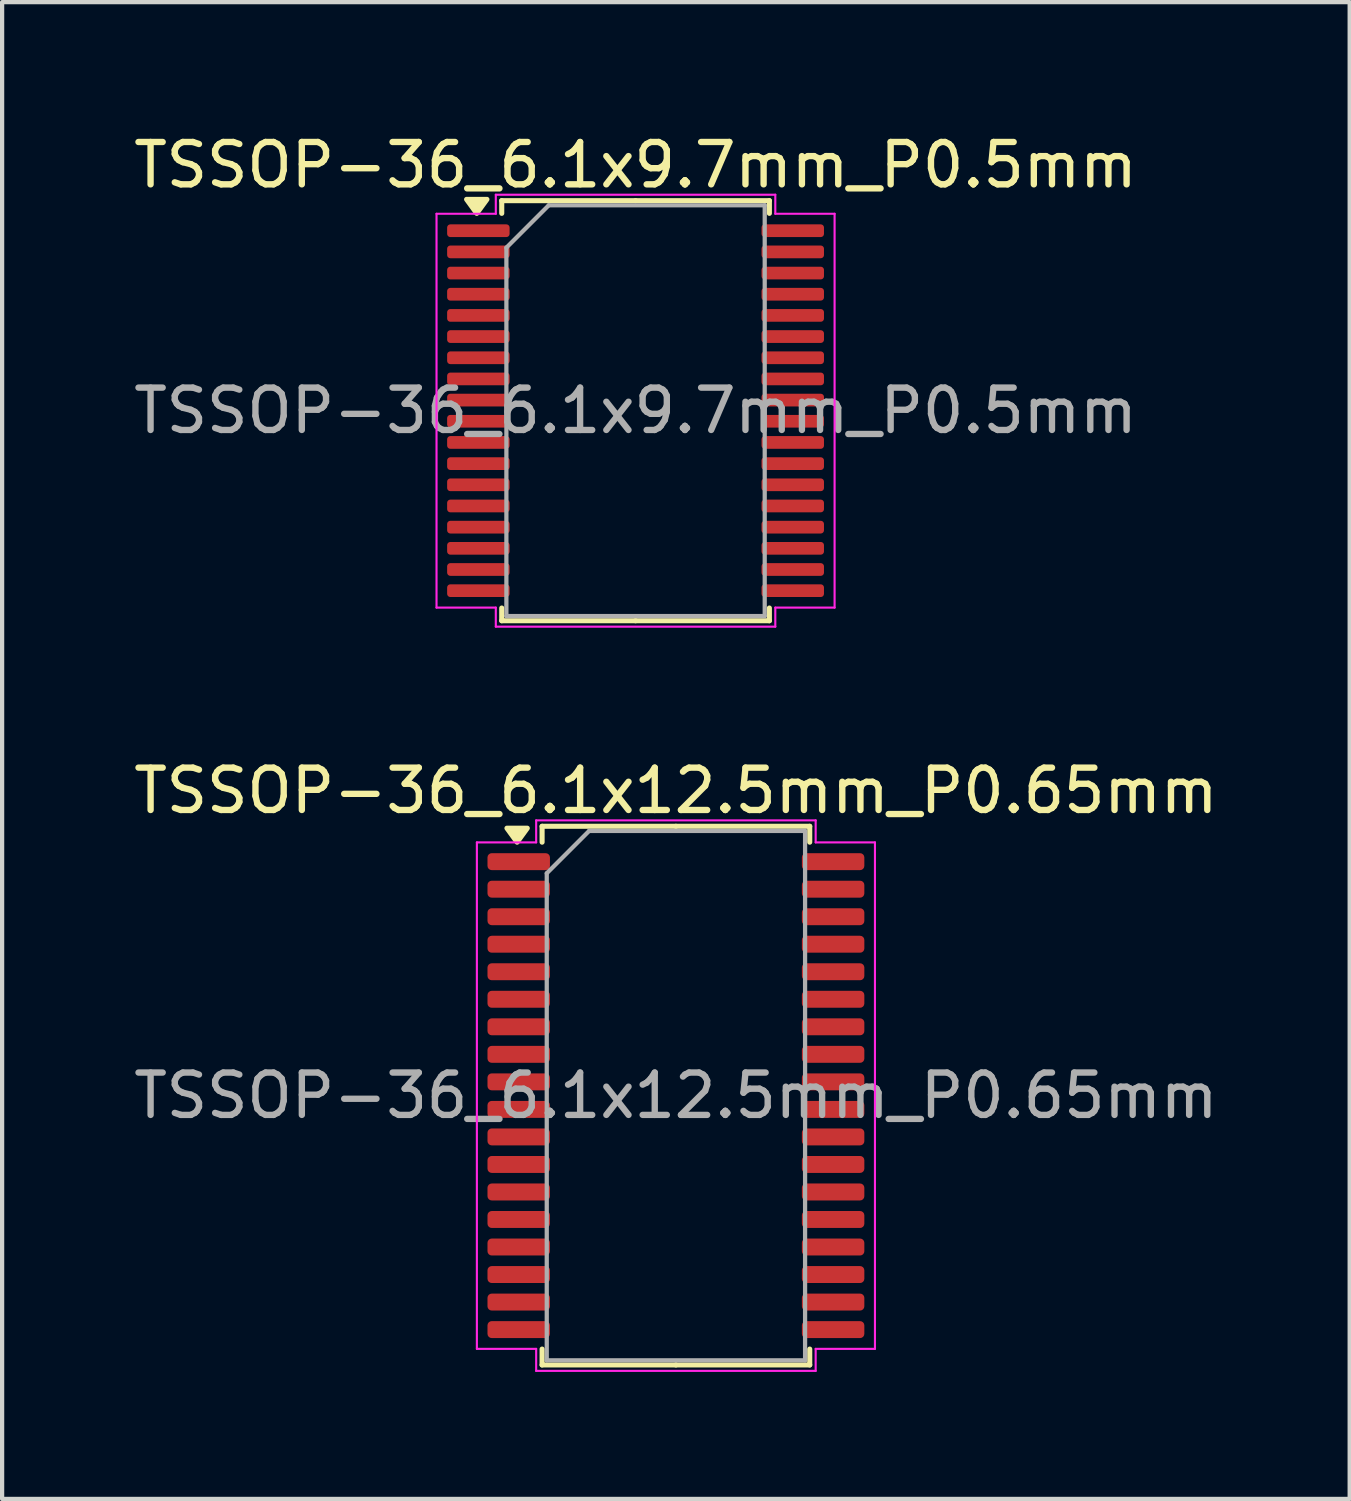
<source format=kicad_pcb>
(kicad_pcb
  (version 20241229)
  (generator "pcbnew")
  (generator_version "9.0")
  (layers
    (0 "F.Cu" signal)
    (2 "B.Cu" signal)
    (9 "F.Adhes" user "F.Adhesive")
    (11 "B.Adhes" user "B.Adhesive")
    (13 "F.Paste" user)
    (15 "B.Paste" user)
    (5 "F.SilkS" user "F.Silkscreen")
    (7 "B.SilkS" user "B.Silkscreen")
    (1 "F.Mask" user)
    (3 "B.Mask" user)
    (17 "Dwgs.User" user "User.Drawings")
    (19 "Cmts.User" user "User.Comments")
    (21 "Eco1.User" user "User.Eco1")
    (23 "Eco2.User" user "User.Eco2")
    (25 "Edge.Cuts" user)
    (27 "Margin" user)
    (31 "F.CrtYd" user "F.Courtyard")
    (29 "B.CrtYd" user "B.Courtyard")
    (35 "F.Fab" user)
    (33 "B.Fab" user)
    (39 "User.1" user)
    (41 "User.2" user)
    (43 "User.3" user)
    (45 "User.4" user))
  (footprint "TSSOP-36_6.1x9.7mm_P0.5mm"
    (layer "F.Cu")
    (at 11.958 6.648)
    (property "Reference" "TSSOP-36_6.1x9.7mm_P0.5mm" (at 0 -5.8 0) (layer "F.SilkS") (effects (font (size 1 1) (thickness 0.15))))
    (attr smd)
    (fp_line (start -3.16 -4.96) (end -3.16 -4.66) (stroke (width 0.12) (type solid)) (layer "F.SilkS"))
    (fp_line (start -3.16 4.96) (end -3.16 4.66) (stroke (width 0.12) (type solid)) (layer "F.SilkS"))
    (fp_line (start 0 -4.96) (end -3.16 -4.96) (stroke (width 0.12) (type solid)) (layer "F.SilkS"))
    (fp_line (start 0 -4.96) (end 3.16 -4.96) (stroke (width 0.12) (type solid)) (layer "F.SilkS"))
    (fp_line (start 0 4.96) (end -3.16 4.96) (stroke (width 0.12) (type solid)) (layer "F.SilkS"))
    (fp_line (start 0 4.96) (end 3.16 4.96) (stroke (width 0.12) (type solid)) (layer "F.SilkS"))
    (fp_line (start 3.16 -4.96) (end 3.16 -4.66) (stroke (width 0.12) (type solid)) (layer "F.SilkS"))
    (fp_line (start 3.16 4.96) (end 3.16 4.66) (stroke (width 0.12) (type solid)) (layer "F.SilkS"))
    (fp_poly (pts (xy -3.75 -4.66) (xy -3.99 -4.99) (xy -3.51 -4.99)) (stroke (width 0.12) (type solid)) (fill yes) (layer "F.SilkS"))
    (fp_line (start -4.7 -4.65) (end -3.3 -4.65) (stroke (width 0.05) (type solid)) (layer "F.CrtYd"))
    (fp_line (start -4.7 4.65) (end -4.7 -4.65) (stroke (width 0.05) (type solid)) (layer "F.CrtYd"))
    (fp_line (start -3.3 -5.1) (end 3.3 -5.1) (stroke (width 0.05) (type solid)) (layer "F.CrtYd"))
    (fp_line (start -3.3 -4.65) (end -3.3 -5.1) (stroke (width 0.05) (type solid)) (layer "F.CrtYd"))
    (fp_line (start -3.3 4.65) (end -4.7 4.65) (stroke (width 0.05) (type solid)) (layer "F.CrtYd"))
    (fp_line (start -3.3 5.1) (end -3.3 4.65) (stroke (width 0.05) (type solid)) (layer "F.CrtYd"))
    (fp_line (start 3.3 -5.1) (end 3.3 -4.65) (stroke (width 0.05) (type solid)) (layer "F.CrtYd"))
    (fp_line (start 3.3 -4.65) (end 4.7 -4.65) (stroke (width 0.05) (type solid)) (layer "F.CrtYd"))
    (fp_line (start 3.3 4.65) (end 3.3 5.1) (stroke (width 0.05) (type solid)) (layer "F.CrtYd"))
    (fp_line (start 3.3 5.1) (end -3.3 5.1) (stroke (width 0.05) (type solid)) (layer "F.CrtYd"))
    (fp_line (start 4.7 -4.65) (end 4.7 4.65) (stroke (width 0.05) (type solid)) (layer "F.CrtYd"))
    (fp_line (start 4.7 4.65) (end 3.3 4.65) (stroke (width 0.05) (type solid)) (layer "F.CrtYd"))
    (fp_line (start -3.05 -3.85) (end -2.05 -4.85) (stroke (width 0.1) (type solid)) (layer "F.Fab"))
    (fp_line (start -3.05 4.85) (end -3.05 -3.85) (stroke (width 0.1) (type solid)) (layer "F.Fab"))
    (fp_line (start -2.05 -4.85) (end 3.05 -4.85) (stroke (width 0.1) (type solid)) (layer "F.Fab"))
    (fp_line (start 3.05 -4.85) (end 3.05 4.85) (stroke (width 0.1) (type solid)) (layer "F.Fab"))
    (fp_line (start 3.05 4.85) (end -3.05 4.85) (stroke (width 0.1) (type solid)) (layer "F.Fab"))
    (fp_text user "${REFERENCE}" (at 0 0 0) (layer "F.Fab") (effects (font (size 1 1) (thickness 0.15))))
    (pad "1" smd roundrect (at -3.712 -4.25) (size 1.475 0.3) (layers "F.Cu" "F.Mask" "F.Paste") (roundrect_rratio 0.25))
    (pad "2" smd roundrect (at -3.712 -3.75) (size 1.475 0.3) (layers "F.Cu" "F.Mask" "F.Paste") (roundrect_rratio 0.25))
    (pad "3" smd roundrect (at -3.712 -3.25) (size 1.475 0.3) (layers "F.Cu" "F.Mask" "F.Paste") (roundrect_rratio 0.25))
    (pad "4" smd roundrect (at -3.712 -2.75) (size 1.475 0.3) (layers "F.Cu" "F.Mask" "F.Paste") (roundrect_rratio 0.25))
    (pad "5" smd roundrect (at -3.712 -2.25) (size 1.475 0.3) (layers "F.Cu" "F.Mask" "F.Paste") (roundrect_rratio 0.25))
    (pad "6" smd roundrect (at -3.712 -1.75) (size 1.475 0.3) (layers "F.Cu" "F.Mask" "F.Paste") (roundrect_rratio 0.25))
    (pad "7" smd roundrect (at -3.712 -1.25) (size 1.475 0.3) (layers "F.Cu" "F.Mask" "F.Paste") (roundrect_rratio 0.25))
    (pad "8" smd roundrect (at -3.712 -0.75) (size 1.475 0.3) (layers "F.Cu" "F.Mask" "F.Paste") (roundrect_rratio 0.25))
    (pad "9" smd roundrect (at -3.712 -0.25) (size 1.475 0.3) (layers "F.Cu" "F.Mask" "F.Paste") (roundrect_rratio 0.25))
    (pad "10" smd roundrect (at -3.712 0.25) (size 1.475 0.3) (layers "F.Cu" "F.Mask" "F.Paste") (roundrect_rratio 0.25))
    (pad "11" smd roundrect (at -3.712 0.75) (size 1.475 0.3) (layers "F.Cu" "F.Mask" "F.Paste") (roundrect_rratio 0.25))
    (pad "12" smd roundrect (at -3.712 1.25) (size 1.475 0.3) (layers "F.Cu" "F.Mask" "F.Paste") (roundrect_rratio 0.25))
    (pad "13" smd roundrect (at -3.712 1.75) (size 1.475 0.3) (layers "F.Cu" "F.Mask" "F.Paste") (roundrect_rratio 0.25))
    (pad "14" smd roundrect (at -3.712 2.25) (size 1.475 0.3) (layers "F.Cu" "F.Mask" "F.Paste") (roundrect_rratio 0.25))
    (pad "15" smd roundrect (at -3.712 2.75) (size 1.475 0.3) (layers "F.Cu" "F.Mask" "F.Paste") (roundrect_rratio 0.25))
    (pad "16" smd roundrect (at -3.712 3.25) (size 1.475 0.3) (layers "F.Cu" "F.Mask" "F.Paste") (roundrect_rratio 0.25))
    (pad "17" smd roundrect (at -3.712 3.75) (size 1.475 0.3) (layers "F.Cu" "F.Mask" "F.Paste") (roundrect_rratio 0.25))
    (pad "18" smd roundrect (at -3.712 4.25) (size 1.475 0.3) (layers "F.Cu" "F.Mask" "F.Paste") (roundrect_rratio 0.25))
    (pad "19" smd roundrect (at 3.712 4.25) (size 1.475 0.3) (layers "F.Cu" "F.Mask" "F.Paste") (roundrect_rratio 0.25))
    (pad "20" smd roundrect (at 3.712 3.75) (size 1.475 0.3) (layers "F.Cu" "F.Mask" "F.Paste") (roundrect_rratio 0.25))
    (pad "21" smd roundrect (at 3.712 3.25) (size 1.475 0.3) (layers "F.Cu" "F.Mask" "F.Paste") (roundrect_rratio 0.25))
    (pad "22" smd roundrect (at 3.712 2.75) (size 1.475 0.3) (layers "F.Cu" "F.Mask" "F.Paste") (roundrect_rratio 0.25))
    (pad "23" smd roundrect (at 3.712 2.25) (size 1.475 0.3) (layers "F.Cu" "F.Mask" "F.Paste") (roundrect_rratio 0.25))
    (pad "24" smd roundrect (at 3.712 1.75) (size 1.475 0.3) (layers "F.Cu" "F.Mask" "F.Paste") (roundrect_rratio 0.25))
    (pad "25" smd roundrect (at 3.712 1.25) (size 1.475 0.3) (layers "F.Cu" "F.Mask" "F.Paste") (roundrect_rratio 0.25))
    (pad "26" smd roundrect (at 3.712 0.75) (size 1.475 0.3) (layers "F.Cu" "F.Mask" "F.Paste") (roundrect_rratio 0.25))
    (pad "27" smd roundrect (at 3.712 0.25) (size 1.475 0.3) (layers "F.Cu" "F.Mask" "F.Paste") (roundrect_rratio 0.25))
    (pad "28" smd roundrect (at 3.712 -0.25) (size 1.475 0.3) (layers "F.Cu" "F.Mask" "F.Paste") (roundrect_rratio 0.25))
    (pad "29" smd roundrect (at 3.712 -0.75) (size 1.475 0.3) (layers "F.Cu" "F.Mask" "F.Paste") (roundrect_rratio 0.25))
    (pad "30" smd roundrect (at 3.712 -1.25) (size 1.475 0.3) (layers "F.Cu" "F.Mask" "F.Paste") (roundrect_rratio 0.25))
    (pad "31" smd roundrect (at 3.712 -1.75) (size 1.475 0.3) (layers "F.Cu" "F.Mask" "F.Paste") (roundrect_rratio 0.25))
    (pad "32" smd roundrect (at 3.712 -2.25) (size 1.475 0.3) (layers "F.Cu" "F.Mask" "F.Paste") (roundrect_rratio 0.25))
    (pad "33" smd roundrect (at 3.712 -2.75) (size 1.475 0.3) (layers "F.Cu" "F.Mask" "F.Paste") (roundrect_rratio 0.25))
    (pad "34" smd roundrect (at 3.712 -3.25) (size 1.475 0.3) (layers "F.Cu" "F.Mask" "F.Paste") (roundrect_rratio 0.25))
    (pad "35" smd roundrect (at 3.712 -3.75) (size 1.475 0.3) (layers "F.Cu" "F.Mask" "F.Paste") (roundrect_rratio 0.25))
    (pad "36" smd roundrect (at 3.712 -4.25) (size 1.475 0.3) (layers "F.Cu" "F.Mask" "F.Paste") (roundrect_rratio 0.25)))
  (footprint "TSSOP-36_6.1x12.5mm_P0.65mm"
    (layer "F.Cu")
    (at 12.911 22.822)
    (property "Reference" "TSSOP-36_6.1x12.5mm_P0.65mm" (at 0 -7.2 0) (layer "F.SilkS") (effects (font (size 1 1) (thickness 0.15))))
    (attr smd)
    (fp_line (start -3.16 -6.36) (end -3.16 -5.985) (stroke (width 0.12) (type solid)) (layer "F.SilkS"))
    (fp_line (start -3.16 6.36) (end -3.16 5.985) (stroke (width 0.12) (type solid)) (layer "F.SilkS"))
    (fp_line (start 0 -6.36) (end -3.16 -6.36) (stroke (width 0.12) (type solid)) (layer "F.SilkS"))
    (fp_line (start 0 -6.36) (end 3.16 -6.36) (stroke (width 0.12) (type solid)) (layer "F.SilkS"))
    (fp_line (start 0 6.36) (end -3.16 6.36) (stroke (width 0.12) (type solid)) (layer "F.SilkS"))
    (fp_line (start 0 6.36) (end 3.16 6.36) (stroke (width 0.12) (type solid)) (layer "F.SilkS"))
    (fp_line (start 3.16 -6.36) (end 3.16 -5.985) (stroke (width 0.12) (type solid)) (layer "F.SilkS"))
    (fp_line (start 3.16 6.36) (end 3.16 5.985) (stroke (width 0.12) (type solid)) (layer "F.SilkS"))
    (fp_poly (pts (xy -3.75 -5.985) (xy -3.99 -6.315) (xy -3.51 -6.315)) (stroke (width 0.12) (type solid)) (fill yes) (layer "F.SilkS"))
    (fp_line (start -4.7 -5.98) (end -3.3 -5.98) (stroke (width 0.05) (type solid)) (layer "F.CrtYd"))
    (fp_line (start -4.7 5.98) (end -4.7 -5.98) (stroke (width 0.05) (type solid)) (layer "F.CrtYd"))
    (fp_line (start -3.3 -6.5) (end 3.3 -6.5) (stroke (width 0.05) (type solid)) (layer "F.CrtYd"))
    (fp_line (start -3.3 -5.98) (end -3.3 -6.5) (stroke (width 0.05) (type solid)) (layer "F.CrtYd"))
    (fp_line (start -3.3 5.98) (end -4.7 5.98) (stroke (width 0.05) (type solid)) (layer "F.CrtYd"))
    (fp_line (start -3.3 6.5) (end -3.3 5.98) (stroke (width 0.05) (type solid)) (layer "F.CrtYd"))
    (fp_line (start 3.3 -6.5) (end 3.3 -5.98) (stroke (width 0.05) (type solid)) (layer "F.CrtYd"))
    (fp_line (start 3.3 -5.98) (end 4.7 -5.98) (stroke (width 0.05) (type solid)) (layer "F.CrtYd"))
    (fp_line (start 3.3 5.98) (end 3.3 6.5) (stroke (width 0.05) (type solid)) (layer "F.CrtYd"))
    (fp_line (start 3.3 6.5) (end -3.3 6.5) (stroke (width 0.05) (type solid)) (layer "F.CrtYd"))
    (fp_line (start 4.7 -5.98) (end 4.7 5.98) (stroke (width 0.05) (type solid)) (layer "F.CrtYd"))
    (fp_line (start 4.7 5.98) (end 3.3 5.98) (stroke (width 0.05) (type solid)) (layer "F.CrtYd"))
    (fp_line (start -3.05 -5.25) (end -2.05 -6.25) (stroke (width 0.1) (type solid)) (layer "F.Fab"))
    (fp_line (start -3.05 6.25) (end -3.05 -5.25) (stroke (width 0.1) (type solid)) (layer "F.Fab"))
    (fp_line (start -2.05 -6.25) (end 3.05 -6.25) (stroke (width 0.1) (type solid)) (layer "F.Fab"))
    (fp_line (start 3.05 -6.25) (end 3.05 6.25) (stroke (width 0.1) (type solid)) (layer "F.Fab"))
    (fp_line (start 3.05 6.25) (end -3.05 6.25) (stroke (width 0.1) (type solid)) (layer "F.Fab"))
    (fp_text user "${REFERENCE}" (at 0 0 0) (layer "F.Fab") (effects (font (size 1 1) (thickness 0.15))))
    (pad "1" smd roundrect (at -3.712 -5.525) (size 1.475 0.4) (layers "F.Cu" "F.Mask" "F.Paste") (roundrect_rratio 0.25))
    (pad "2" smd roundrect (at -3.712 -4.875) (size 1.475 0.4) (layers "F.Cu" "F.Mask" "F.Paste") (roundrect_rratio 0.25))
    (pad "3" smd roundrect (at -3.712 -4.225) (size 1.475 0.4) (layers "F.Cu" "F.Mask" "F.Paste") (roundrect_rratio 0.25))
    (pad "4" smd roundrect (at -3.712 -3.575) (size 1.475 0.4) (layers "F.Cu" "F.Mask" "F.Paste") (roundrect_rratio 0.25))
    (pad "5" smd roundrect (at -3.712 -2.925) (size 1.475 0.4) (layers "F.Cu" "F.Mask" "F.Paste") (roundrect_rratio 0.25))
    (pad "6" smd roundrect (at -3.712 -2.275) (size 1.475 0.4) (layers "F.Cu" "F.Mask" "F.Paste") (roundrect_rratio 0.25))
    (pad "7" smd roundrect (at -3.712 -1.625) (size 1.475 0.4) (layers "F.Cu" "F.Mask" "F.Paste") (roundrect_rratio 0.25))
    (pad "8" smd roundrect (at -3.712 -0.975) (size 1.475 0.4) (layers "F.Cu" "F.Mask" "F.Paste") (roundrect_rratio 0.25))
    (pad "9" smd roundrect (at -3.712 -0.325) (size 1.475 0.4) (layers "F.Cu" "F.Mask" "F.Paste") (roundrect_rratio 0.25))
    (pad "10" smd roundrect (at -3.712 0.325) (size 1.475 0.4) (layers "F.Cu" "F.Mask" "F.Paste") (roundrect_rratio 0.25))
    (pad "11" smd roundrect (at -3.712 0.975) (size 1.475 0.4) (layers "F.Cu" "F.Mask" "F.Paste") (roundrect_rratio 0.25))
    (pad "12" smd roundrect (at -3.712 1.625) (size 1.475 0.4) (layers "F.Cu" "F.Mask" "F.Paste") (roundrect_rratio 0.25))
    (pad "13" smd roundrect (at -3.712 2.275) (size 1.475 0.4) (layers "F.Cu" "F.Mask" "F.Paste") (roundrect_rratio 0.25))
    (pad "14" smd roundrect (at -3.712 2.925) (size 1.475 0.4) (layers "F.Cu" "F.Mask" "F.Paste") (roundrect_rratio 0.25))
    (pad "15" smd roundrect (at -3.712 3.575) (size 1.475 0.4) (layers "F.Cu" "F.Mask" "F.Paste") (roundrect_rratio 0.25))
    (pad "16" smd roundrect (at -3.712 4.225) (size 1.475 0.4) (layers "F.Cu" "F.Mask" "F.Paste") (roundrect_rratio 0.25))
    (pad "17" smd roundrect (at -3.712 4.875) (size 1.475 0.4) (layers "F.Cu" "F.Mask" "F.Paste") (roundrect_rratio 0.25))
    (pad "18" smd roundrect (at -3.712 5.525) (size 1.475 0.4) (layers "F.Cu" "F.Mask" "F.Paste") (roundrect_rratio 0.25))
    (pad "19" smd roundrect (at 3.712 5.525) (size 1.475 0.4) (layers "F.Cu" "F.Mask" "F.Paste") (roundrect_rratio 0.25))
    (pad "20" smd roundrect (at 3.712 4.875) (size 1.475 0.4) (layers "F.Cu" "F.Mask" "F.Paste") (roundrect_rratio 0.25))
    (pad "21" smd roundrect (at 3.712 4.225) (size 1.475 0.4) (layers "F.Cu" "F.Mask" "F.Paste") (roundrect_rratio 0.25))
    (pad "22" smd roundrect (at 3.712 3.575) (size 1.475 0.4) (layers "F.Cu" "F.Mask" "F.Paste") (roundrect_rratio 0.25))
    (pad "23" smd roundrect (at 3.712 2.925) (size 1.475 0.4) (layers "F.Cu" "F.Mask" "F.Paste") (roundrect_rratio 0.25))
    (pad "24" smd roundrect (at 3.712 2.275) (size 1.475 0.4) (layers "F.Cu" "F.Mask" "F.Paste") (roundrect_rratio 0.25))
    (pad "25" smd roundrect (at 3.712 1.625) (size 1.475 0.4) (layers "F.Cu" "F.Mask" "F.Paste") (roundrect_rratio 0.25))
    (pad "26" smd roundrect (at 3.712 0.975) (size 1.475 0.4) (layers "F.Cu" "F.Mask" "F.Paste") (roundrect_rratio 0.25))
    (pad "27" smd roundrect (at 3.712 0.325) (size 1.475 0.4) (layers "F.Cu" "F.Mask" "F.Paste") (roundrect_rratio 0.25))
    (pad "28" smd roundrect (at 3.712 -0.325) (size 1.475 0.4) (layers "F.Cu" "F.Mask" "F.Paste") (roundrect_rratio 0.25))
    (pad "29" smd roundrect (at 3.712 -0.975) (size 1.475 0.4) (layers "F.Cu" "F.Mask" "F.Paste") (roundrect_rratio 0.25))
    (pad "30" smd roundrect (at 3.712 -1.625) (size 1.475 0.4) (layers "F.Cu" "F.Mask" "F.Paste") (roundrect_rratio 0.25))
    (pad "31" smd roundrect (at 3.712 -2.275) (size 1.475 0.4) (layers "F.Cu" "F.Mask" "F.Paste") (roundrect_rratio 0.25))
    (pad "32" smd roundrect (at 3.712 -2.925) (size 1.475 0.4) (layers "F.Cu" "F.Mask" "F.Paste") (roundrect_rratio 0.25))
    (pad "33" smd roundrect (at 3.712 -3.575) (size 1.475 0.4) (layers "F.Cu" "F.Mask" "F.Paste") (roundrect_rratio 0.25))
    (pad "34" smd roundrect (at 3.712 -4.225) (size 1.475 0.4) (layers "F.Cu" "F.Mask" "F.Paste") (roundrect_rratio 0.25))
    (pad "35" smd roundrect (at 3.712 -4.875) (size 1.475 0.4) (layers "F.Cu" "F.Mask" "F.Paste") (roundrect_rratio 0.25))
    (pad "36" smd roundrect (at 3.712 -5.525) (size 1.475 0.4) (layers "F.Cu" "F.Mask" "F.Paste") (roundrect_rratio 0.25)))
  (gr_rect
    (start -3 -3)
    (end 28.821 32.346)
    (stroke (width 0.1) (type default))
    (fill no)
    (layer "Edge.Cuts")))
</source>
